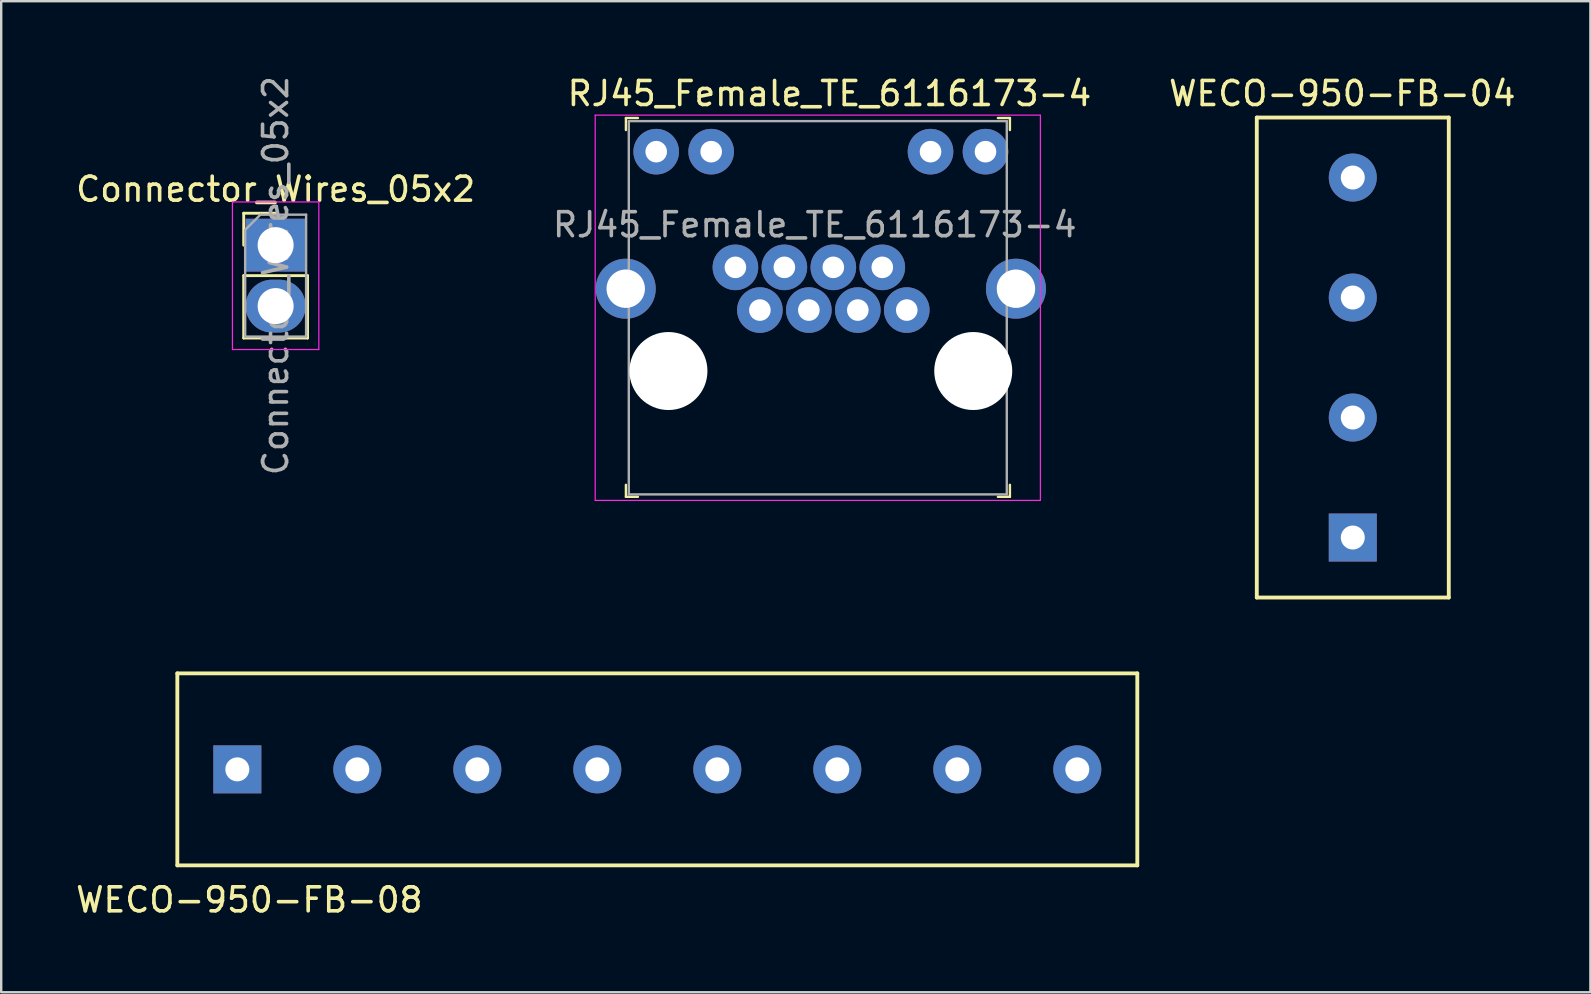
<source format=kicad_pcb>
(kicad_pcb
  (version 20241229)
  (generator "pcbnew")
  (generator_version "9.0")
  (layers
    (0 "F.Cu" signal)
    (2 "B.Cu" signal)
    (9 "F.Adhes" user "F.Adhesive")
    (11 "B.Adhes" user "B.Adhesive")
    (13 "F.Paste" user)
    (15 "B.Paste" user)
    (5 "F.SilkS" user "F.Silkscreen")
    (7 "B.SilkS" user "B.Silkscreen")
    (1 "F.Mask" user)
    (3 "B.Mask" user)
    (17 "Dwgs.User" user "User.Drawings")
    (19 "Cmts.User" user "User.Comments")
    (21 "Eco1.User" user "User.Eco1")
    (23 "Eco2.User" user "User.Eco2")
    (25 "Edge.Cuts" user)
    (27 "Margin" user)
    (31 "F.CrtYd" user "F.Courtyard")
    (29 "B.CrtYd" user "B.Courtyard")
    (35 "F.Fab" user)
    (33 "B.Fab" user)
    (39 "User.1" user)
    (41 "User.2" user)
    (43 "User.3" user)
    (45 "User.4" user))
  (footprint "RJ45_Female_TE_6116173-4"
    (layer "F.Cu")
    (at 31.153 12.41)
    (property "Reference" "RJ45_Female_TE_6116173-4" (at 0.358 -11.562 0) (layer "F.SilkS") (effects (font (size 1 1) (thickness 0.15))))
    (attr through_hole)
    (fp_line (start -8.122 -10.542) (end -8.122 -10.042) (stroke (width 0.1) (type solid)) (layer "F.SilkS"))
    (fp_line (start -8.122 -10.542) (end -7.622 -10.542) (stroke (width 0.1) (type solid)) (layer "F.SilkS"))
    (fp_line (start -8.122 5.242) (end -8.122 4.742) (stroke (width 0.1) (type solid)) (layer "F.SilkS"))
    (fp_line (start -8.122 5.242) (end -7.622 5.242) (stroke (width 0.1) (type solid)) (layer "F.SilkS"))
    (fp_line (start 7.878 -10.542) (end 7.378 -10.542) (stroke (width 0.1) (type solid)) (layer "F.SilkS"))
    (fp_line (start 7.878 -10.542) (end 7.878 -10.042) (stroke (width 0.1) (type solid)) (layer "F.SilkS"))
    (fp_line (start 7.878 5.242) (end 7.378 5.242) (stroke (width 0.1) (type solid)) (layer "F.SilkS"))
    (fp_line (start 7.878 5.242) (end 7.878 4.742) (stroke (width 0.1) (type solid)) (layer "F.SilkS"))
    (fp_line (start -9.402 -10.662) (end -9.402 5.392) (stroke (width 0.05) (type solid)) (layer "F.CrtYd"))
    (fp_line (start 9.148 -10.662) (end -9.402 -10.662) (stroke (width 0.05) (type solid)) (layer "F.CrtYd"))
    (fp_line (start 9.148 -10.662) (end 9.148 5.392) (stroke (width 0.05) (type solid)) (layer "F.CrtYd"))
    (fp_line (start 9.148 5.392) (end -9.402 5.392) (stroke (width 0.05) (type solid)) (layer "F.CrtYd"))
    (fp_line (start -8.002 -10.412) (end -8.002 5.142) (stroke (width 0.1) (type solid)) (layer "F.Fab"))
    (fp_line (start -8.002 -10.412) (end 7.748 -10.412) (stroke (width 0.1) (type solid)) (layer "F.Fab"))
    (fp_line (start -8.002 5.142) (end 7.748 5.142) (stroke (width 0.1) (type solid)) (layer "F.Fab"))
    (fp_line (start 7.748 -10.412) (end 7.748 5.142) (stroke (width 0.1) (type solid)) (layer "F.Fab"))
    (fp_text user "${REFERENCE}" (at -0.254 -6.096 0) (layer "F.Fab") (effects (font (size 1 1) (thickness 0.15))))
    (pad "" np_thru_hole circle (at -6.35 0 90) (size 3.25 3.25) (drill 3.25) (layers "*.Cu" "*.Mask"))
    (pad "" np_thru_hole circle (at 6.35 0) (size 3.25 3.25) (drill 3.25) (layers "*.Cu" "*.Mask"))
    (pad "1" thru_hole circle (at 3.58 -2.54) (size 1.9 1.9) (drill 0.9) (layers "*.Cu" "*.Mask"))
    (pad "2" thru_hole circle (at 2.56 -4.32) (size 1.9 1.9) (drill 0.9) (layers "*.Cu" "*.Mask"))
    (pad "3" thru_hole circle (at 1.54 -2.54) (size 1.9 1.9) (drill 0.9) (layers "*.Cu" "*.Mask"))
    (pad "4" thru_hole circle (at 0.52 -4.32) (size 1.9 1.9) (drill 0.9) (layers "*.Cu" "*.Mask"))
    (pad "5" thru_hole circle (at -0.5 -2.54) (size 1.9 1.9) (drill 0.9) (layers "*.Cu" "*.Mask"))
    (pad "6" thru_hole circle (at -1.52 -4.32) (size 1.9 1.9) (drill 0.9) (layers "*.Cu" "*.Mask"))
    (pad "7" thru_hole circle (at -2.54 -2.54) (size 1.9 1.9) (drill 0.9) (layers "*.Cu" "*.Mask"))
    (pad "8" thru_hole circle (at -3.56 -4.32) (size 1.9 1.9) (drill 0.9) (layers "*.Cu" "*.Mask"))
    (pad "9" thru_hole circle (at -4.57 -9.14) (size 1.9 1.9) (drill 0.9) (layers "*.Cu" "*.Mask"))
    (pad "10" thru_hole circle (at -6.86 -9.14) (size 1.9 1.9) (drill 0.9) (layers "*.Cu" "*.Mask"))
    (pad "11" thru_hole circle (at 6.86 -9.14) (size 1.9 1.9) (drill 0.9) (layers "*.Cu" "*.Mask"))
    (pad "12" thru_hole circle (at 4.57 -9.14) (size 1.9 1.9) (drill 0.9) (layers "*.Cu" "*.Mask"))
    (pad "SH" thru_hole circle (at -8.13 -3.43) (size 2.5 2.5) (drill 1.6) (layers "*.Cu" "*.Mask"))
    (pad "SH" thru_hole circle (at 8.13 -3.43) (size 2.5 2.5) (drill 1.6) (layers "*.Cu" "*.Mask")))
  (footprint "WECO-950-FB-04"
    (layer "F.Cu")
    (at 52.88 1.848)
    (property "Reference" "WECO-950-FB-04" (at 0 -1 0) (layer "F.SilkS") (effects (font (size 1 1) (thickness 0.15))))
    (attr through_hole)
    (fp_line (start -3.562 0) (end 4.438 0) (stroke (width 0.16) (type solid)) (layer "F.SilkS"))
    (fp_line (start -3.562 20) (end -3.562 0) (stroke (width 0.16) (type solid)) (layer "F.SilkS"))
    (fp_line (start -3.562 20) (end 4.438 20) (stroke (width 0.16) (type solid)) (layer "F.SilkS"))
    (fp_line (start 4.438 0) (end 4.438 20) (stroke (width 0.16) (type solid)) (layer "F.SilkS"))
    (pad "1" thru_hole rect (at 0.438 17.5) (size 2 2) (drill 1) (layers "*.Cu" "*.Mask"))
    (pad "2" thru_hole circle (at 0.438 12.5) (size 2 2) (drill 1) (layers "*.Cu" "*.Mask"))
    (pad "3" thru_hole circle (at 0.438 7.5) (size 2 2) (drill 1) (layers "*.Cu" "*.Mask"))
    (pad "4" thru_hole circle (at 0.438 2.5) (size 2 2) (drill 1) (layers "*.Cu" "*.Mask")))
  (footprint "WECO-950-FB-08"
    (layer "F.Cu")
    (at 4.339 29.446)
    (property "Reference" "WECO-950-FB-08" (at 3 5 0) (layer "F.SilkS") (effects (font (size 1 1) (thickness 0.15))))
    (attr through_hole)
    (fp_line (start 0 -4.438) (end 0 3.562) (stroke (width 0.16) (type solid)) (layer "F.SilkS"))
    (fp_line (start 0 -4.438) (end 40 -4.438) (stroke (width 0.16) (type solid)) (layer "F.SilkS"))
    (fp_line (start 40 -4.438) (end 40 3.562) (stroke (width 0.16) (type solid)) (layer "F.SilkS"))
    (fp_line (start 40 3.562) (end 0 3.562) (stroke (width 0.16) (type solid)) (layer "F.SilkS"))
    (pad "1" thru_hole rect (at 2.5 -0.438) (size 2 2) (drill 1) (layers "*.Cu" "*.Mask"))
    (pad "2" thru_hole circle (at 7.5 -0.438) (size 2 2) (drill 1) (layers "*.Cu" "*.Mask"))
    (pad "3" thru_hole circle (at 12.5 -0.438) (size 2 2) (drill 1) (layers "*.Cu" "*.Mask"))
    (pad "4" thru_hole circle (at 17.5 -0.438) (size 2 2) (drill 1) (layers "*.Cu" "*.Mask"))
    (pad "5" thru_hole circle (at 22.5 -0.438) (size 2 2) (drill 1) (layers "*.Cu" "*.Mask"))
    (pad "6" thru_hole circle (at 27.5 -0.438) (size 2 2) (drill 1) (layers "*.Cu" "*.Mask"))
    (pad "7" thru_hole circle (at 32.5 -0.438) (size 2 2) (drill 1) (layers "*.Cu" "*.Mask"))
    (pad "8" thru_hole circle (at 37.5 -0.438) (size 2 2) (drill 1) (layers "*.Cu" "*.Mask")))
  (footprint "Connector_Wires_05x2"
    (layer "F.Cu")
    (at 8.435 7.165)
    (property "Reference" "Connector_Wires_05x2" (at 0 -2.33 0) (layer "F.SilkS") (effects (font (size 1 1) (thickness 0.15))))
    (attr through_hole)
    (fp_line (start -1.33 -1.33) (end 0 -1.33) (stroke (width 0.12) (type solid)) (layer "F.SilkS"))
    (fp_line (start -1.33 0) (end -1.33 -1.33) (stroke (width 0.12) (type solid)) (layer "F.SilkS"))
    (fp_line (start -1.33 1.27) (end -1.33 3.87) (stroke (width 0.12) (type solid)) (layer "F.SilkS"))
    (fp_line (start -1.33 1.27) (end 1.33 1.27) (stroke (width 0.12) (type solid)) (layer "F.SilkS"))
    (fp_line (start -1.33 3.87) (end 1.33 3.87) (stroke (width 0.12) (type solid)) (layer "F.SilkS"))
    (fp_line (start 1.33 1.27) (end 1.33 3.87) (stroke (width 0.12) (type solid)) (layer "F.SilkS"))
    (fp_line (start -1.8 -1.8) (end -1.8 4.35) (stroke (width 0.05) (type solid)) (layer "F.CrtYd"))
    (fp_line (start -1.8 4.35) (end 1.8 4.35) (stroke (width 0.05) (type solid)) (layer "F.CrtYd"))
    (fp_line (start 1.8 -1.8) (end -1.8 -1.8) (stroke (width 0.05) (type solid)) (layer "F.CrtYd"))
    (fp_line (start 1.8 4.35) (end 1.8 -1.8) (stroke (width 0.05) (type solid)) (layer "F.CrtYd"))
    (fp_line (start -1.27 -0.635) (end -0.635 -1.27) (stroke (width 0.1) (type solid)) (layer "F.Fab"))
    (fp_line (start -1.27 3.81) (end -1.27 -0.635) (stroke (width 0.1) (type solid)) (layer "F.Fab"))
    (fp_line (start -0.635 -1.27) (end 1.27 -1.27) (stroke (width 0.1) (type solid)) (layer "F.Fab"))
    (fp_line (start 1.27 -1.27) (end 1.27 3.81) (stroke (width 0.1) (type solid)) (layer "F.Fab"))
    (fp_line (start 1.27 3.81) (end -1.27 3.81) (stroke (width 0.1) (type solid)) (layer "F.Fab"))
    (fp_text user "${REFERENCE}" (at 0 1.27 90) (layer "F.Fab") (effects (font (size 1 1) (thickness 0.15))))
    (pad "1" thru_hole rect (at 0 0) (size 2.5 2.2) (drill 1.5) (layers "*.Cu" "*.Mask"))
    (pad "2" thru_hole oval (at 0 2.54) (size 2.5 2.2) (drill 1.5) (layers "*.Cu" "*.Mask")))
  (gr_rect
    (start -3 -3)
    (end 63.219 38.295)
    (stroke (width 0.1) (type default))
    (fill no)
    (layer "Edge.Cuts")))
</source>
